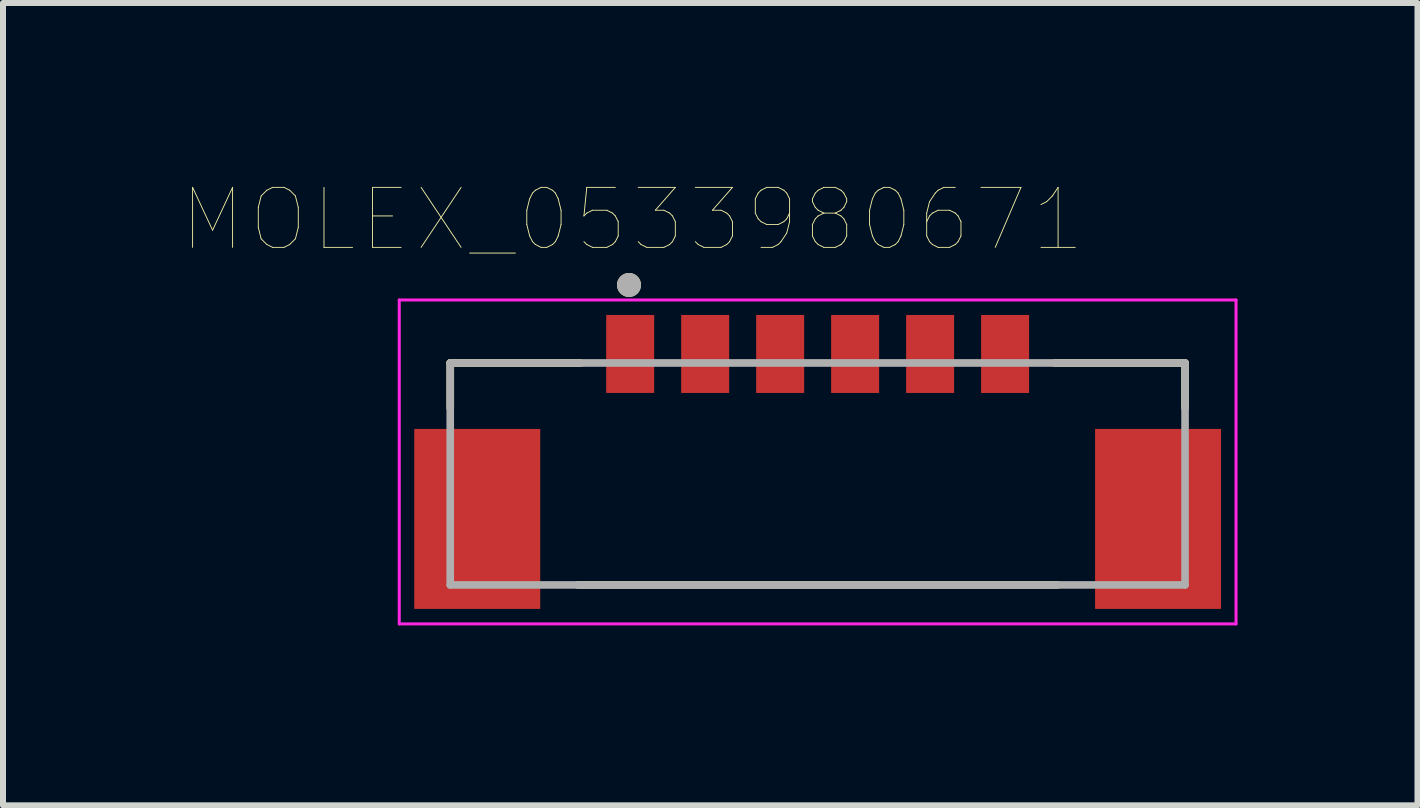
<source format=kicad_pcb>
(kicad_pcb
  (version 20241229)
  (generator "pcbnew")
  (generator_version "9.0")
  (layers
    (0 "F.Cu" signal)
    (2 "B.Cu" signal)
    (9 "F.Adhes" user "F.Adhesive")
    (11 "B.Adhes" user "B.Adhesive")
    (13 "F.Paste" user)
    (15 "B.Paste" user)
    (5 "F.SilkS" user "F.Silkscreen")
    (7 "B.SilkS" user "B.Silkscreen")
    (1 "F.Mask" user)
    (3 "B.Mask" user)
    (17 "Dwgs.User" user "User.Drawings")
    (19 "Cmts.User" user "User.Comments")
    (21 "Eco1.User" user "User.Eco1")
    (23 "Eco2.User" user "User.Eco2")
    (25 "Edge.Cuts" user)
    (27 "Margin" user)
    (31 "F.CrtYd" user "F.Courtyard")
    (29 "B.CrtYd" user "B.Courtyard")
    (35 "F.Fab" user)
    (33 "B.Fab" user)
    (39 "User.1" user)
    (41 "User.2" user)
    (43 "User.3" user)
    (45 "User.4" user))
  (footprint "MOLEX_0533980671"
    (layer "F.Cu")
    (at 10.581 3.501)
    (property "Reference" "MOLEX_0533980671" (at -3.087 -2.889 0) (layer "F.SilkS") (effects (font (size 1 1) (thickness 0.015))))
    (attr through_hole)
    (fp_line (start -6.125 -0.5) (end -3.95 -0.5) (stroke (width 0.127) (type solid)) (layer "F.SilkS"))
    (fp_line (start -6.125 0.25) (end -6.125 -0.5) (stroke (width 0.127) (type solid)) (layer "F.SilkS"))
    (fp_line (start -4 3.2) (end 4 3.2) (stroke (width 0.127) (type solid)) (layer "F.SilkS"))
    (fp_line (start 3.95 -0.5) (end 6.125 -0.5) (stroke (width 0.127) (type solid)) (layer "F.SilkS"))
    (fp_line (start 6.125 -0.5) (end 6.125 0.25) (stroke (width 0.127) (type solid)) (layer "F.SilkS"))
    (fp_circle (center -3.145 -1.8) (end -3.045 -1.8) (stroke (width 0.2) (type solid)) (fill no) (layer "F.SilkS"))
    (fp_line (start -6.975 -1.55) (end 6.975 -1.55) (stroke (width 0.05) (type solid)) (layer "F.CrtYd"))
    (fp_line (start -6.975 3.85) (end -6.975 -1.55) (stroke (width 0.05) (type solid)) (layer "F.CrtYd"))
    (fp_line (start 6.975 -1.55) (end 6.975 3.85) (stroke (width 0.05) (type solid)) (layer "F.CrtYd"))
    (fp_line (start 6.975 3.85) (end -6.975 3.85) (stroke (width 0.05) (type solid)) (layer "F.CrtYd"))
    (fp_line (start -6.125 -0.5) (end 6.125 -0.5) (stroke (width 0.127) (type solid)) (layer "F.Fab"))
    (fp_line (start -6.125 3.2) (end -6.125 -0.5) (stroke (width 0.127) (type solid)) (layer "F.Fab"))
    (fp_line (start 6.125 -0.5) (end 6.125 3.2) (stroke (width 0.127) (type solid)) (layer "F.Fab"))
    (fp_line (start 6.125 3.2) (end -6.125 3.2) (stroke (width 0.127) (type solid)) (layer "F.Fab"))
    (fp_circle (center -3.145 -1.8) (end -3.045 -1.8) (stroke (width 0.2) (type solid)) (fill no) (layer "F.Fab"))
    (pad "1" smd rect (at -3.125 -0.65) (size 0.8 1.3) (layers "F.Cu" "F.Mask" "F.Paste"))
    (pad "2" smd rect (at -1.875 -0.65) (size 0.8 1.3) (layers "F.Cu" "F.Mask" "F.Paste"))
    (pad "3" smd rect (at -0.625 -0.65) (size 0.8 1.3) (layers "F.Cu" "F.Mask" "F.Paste"))
    (pad "4" smd rect (at 0.625 -0.65) (size 0.8 1.3) (layers "F.Cu" "F.Mask" "F.Paste"))
    (pad "5" smd rect (at 1.875 -0.65) (size 0.8 1.3) (layers "F.Cu" "F.Mask" "F.Paste"))
    (pad "6" smd rect (at 3.125 -0.65) (size 0.8 1.3) (layers "F.Cu" "F.Mask" "F.Paste"))
    (pad "S1" smd rect (at -5.675 2.1) (size 2.1 3) (layers "F.Cu" "F.Mask" "F.Paste"))
    (pad "S2" smd rect (at 5.675 2.1) (size 2.1 3) (layers "F.Cu" "F.Mask" "F.Paste")))
  (gr_rect
    (start -3 -3)
    (end 20.581 10.376)
    (stroke (width 0.1) (type default))
    (fill no)
    (layer "Edge.Cuts")))
</source>
